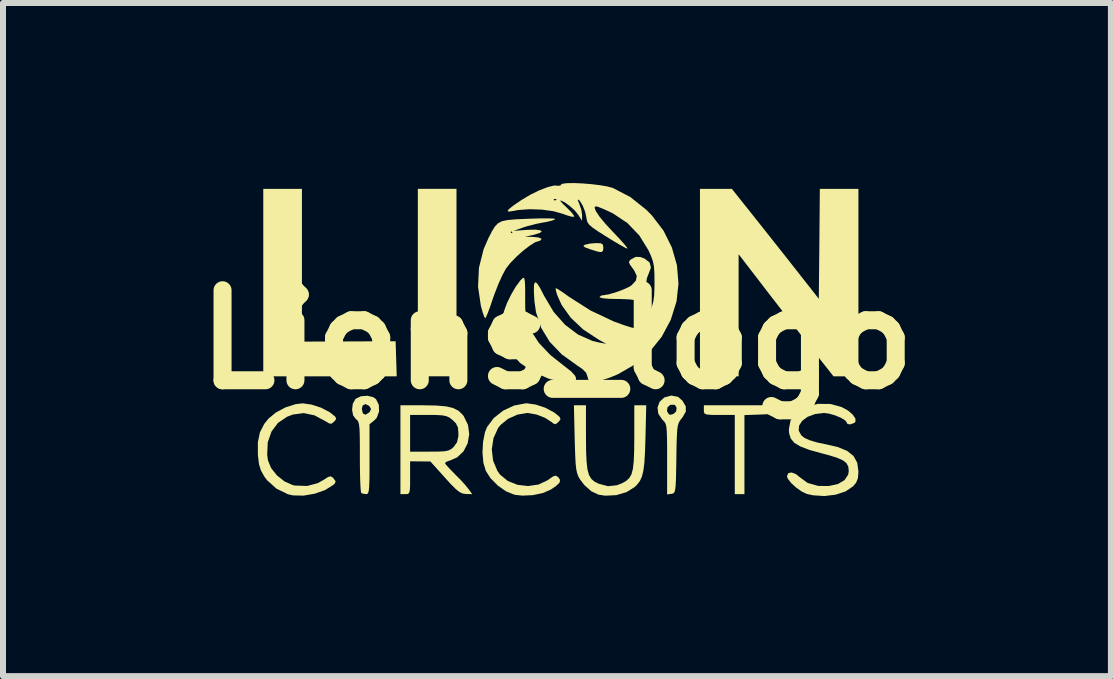
<source format=kicad_pcb>
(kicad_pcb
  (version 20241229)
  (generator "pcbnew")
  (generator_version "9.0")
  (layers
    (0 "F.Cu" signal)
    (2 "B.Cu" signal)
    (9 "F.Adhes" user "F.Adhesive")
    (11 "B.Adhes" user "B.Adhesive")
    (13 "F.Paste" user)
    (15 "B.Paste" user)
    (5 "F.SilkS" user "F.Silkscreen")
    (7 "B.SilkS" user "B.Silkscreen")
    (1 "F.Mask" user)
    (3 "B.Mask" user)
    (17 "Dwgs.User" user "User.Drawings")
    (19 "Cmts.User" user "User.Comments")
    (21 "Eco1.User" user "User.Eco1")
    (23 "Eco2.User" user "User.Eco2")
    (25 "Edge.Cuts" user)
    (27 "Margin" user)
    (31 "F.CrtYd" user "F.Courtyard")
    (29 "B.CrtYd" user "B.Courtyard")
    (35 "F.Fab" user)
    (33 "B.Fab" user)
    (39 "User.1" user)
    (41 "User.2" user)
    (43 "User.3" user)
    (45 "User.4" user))
  (footprint "Lions_logo"
    (layer "F.Cu")
    (at 6.229 2.607)
    (property "Reference" "Lions_logo" (at 0 0 0) (layer "F.SilkS") (effects (font (size 1.5 1.5) (thickness 0.3))))
    (attr board_only exclude_from_pos_files exclude_from_bom)
    (fp_poly (pts (xy -1.674 -0.95) (xy -1.674 0.612) (xy -1.996 0.612) (xy -2.318 0.612) (xy -2.318 -0.95) (xy -2.318 -2.511) (xy -1.996 -2.511) (xy -1.674 -2.511)) (stroke (width 0) (type solid)) (fill yes) (layer "F.SilkS"))
    (fp_poly (pts (xy -4.249 -1.238) (xy -4.249 0.034) (xy -3.469 0.031) (xy -2.688 0.028) (xy -2.679 0.32) (xy -2.67 0.612) (xy -3.781 0.612) (xy -4.893 0.612) (xy -4.893 -0.95) (xy -4.893 -2.511) (xy -4.571 -2.511) (xy -4.249 -2.511)) (stroke (width 0) (type solid)) (fill yes) (layer "F.SilkS"))
    (fp_poly (pts (xy 0.731 -1.604) (xy 0.765 -1.582) (xy 0.773 -1.529) (xy 0.767 -1.48) (xy 0.742 -1.458) (xy 0.686 -1.463) (xy 0.586 -1.494) (xy 0.548 -1.506) (xy 0.466 -1.537) (xy 0.439 -1.559) (xy 0.458 -1.576) (xy 0.468 -1.58) (xy 0.543 -1.598) (xy 0.641 -1.607) (xy 0.652 -1.607)) (stroke (width 0) (type solid)) (fill yes) (layer "F.SilkS"))
    (fp_poly (pts (xy 3.664 1.167) (xy 3.654 1.203) (xy 3.629 1.225) (xy 3.574 1.238) (xy 3.476 1.245) (xy 3.388 1.249) (xy 3.123 1.258) (xy 3.123 1.917) (xy 3.123 2.575) (xy 3.042 2.575) (xy 2.962 2.575) (xy 2.962 1.915) (xy 2.962 1.256) (xy 2.704 1.256) (xy 2.576 1.255) (xy 2.5 1.249) (xy 2.462 1.235) (xy 2.448 1.209) (xy 2.447 1.175) (xy 2.447 1.095) (xy 3.061 1.095) (xy 3.674 1.095)) (stroke (width 0) (type solid)) (fill yes) (layer "F.SilkS"))
    (fp_poly (pts (xy 5.022 -0.95) (xy 5.022 0.612) (xy 4.814 0.612) (xy 4.606 0.612) (xy 4.434 0.394) (xy 4.155 0.039) (xy 3.839 -0.367) (xy 3.487 -0.822) (xy 3.406 -0.928) (xy 3.026 -1.422) (xy 3.026 -0.405) (xy 3.026 0.612) (xy 2.704 0.612) (xy 2.382 0.612) (xy 2.382 -0.95) (xy 2.382 -2.511) (xy 2.648 -2.511) (xy 2.913 -2.511) (xy 3.125 -2.245) (xy 3.267 -2.067) (xy 3.436 -1.854) (xy 3.619 -1.623) (xy 3.804 -1.389) (xy 3.977 -1.169) (xy 4.127 -0.978) (xy 4.169 -0.925) (xy 4.362 -0.679) (xy 4.371 -1.595) (xy 4.379 -2.511) (xy 4.701 -2.511) (xy 5.022 -2.511)) (stroke (width 0) (type solid)) (fill yes) (layer "F.SilkS"))
    (fp_poly (pts (xy 1.39 -1.375) (xy 1.463 -1.347) (xy 1.544 -1.283) (xy 1.565 -1.198) (xy 1.532 -1.11) (xy 1.499 -1.026) (xy 1.482 -0.911) (xy 1.481 -0.873) (xy 1.477 -0.769) (xy 1.467 -0.686) (xy 1.461 -0.663) (xy 1.419 -0.618) (xy 1.364 -0.619) (xy 1.336 -0.644) (xy 1.297 -0.658) (xy 1.209 -0.669) (xy 1.086 -0.675) (xy 1.012 -0.676) (xy 0.869 -0.679) (xy 0.765 -0.688) (xy 0.713 -0.702) (xy 0.708 -0.708) (xy 0.736 -0.733) (xy 0.781 -0.74) (xy 0.861 -0.753) (xy 0.972 -0.785) (xy 1.091 -0.828) (xy 1.192 -0.873) (xy 1.244 -0.905) (xy 1.315 -0.983) (xy 1.329 -1.061) (xy 1.286 -1.152) (xy 1.266 -1.179) (xy 1.214 -1.251) (xy 1.198 -1.292) (xy 1.215 -1.321) (xy 1.239 -1.34) (xy 1.313 -1.378)) (stroke (width 0) (type solid)) (fill yes) (layer "F.SilkS"))
    (fp_poly (pts (xy -0.542 -1.012) (xy -0.534 -0.956) (xy -0.53 -0.855) (xy -0.53 -0.699) (xy -0.53 -0.699) (xy -0.529 -0.537) (xy -0.524 -0.421) (xy -0.511 -0.335) (xy -0.487 -0.26) (xy -0.45 -0.179) (xy -0.438 -0.154) (xy -0.302 0.055) (xy -0.111 0.257) (xy 0.125 0.444) (xy 0.129 0.447) (xy 0.235 0.529) (xy 0.301 0.602) (xy 0.316 0.638) (xy 0.316 0.68) (xy 0.29 0.7) (xy 0.222 0.706) (xy 0.171 0.706) (xy 0.044 0.693) (xy -0.096 0.664) (xy -0.147 0.648) (xy -0.404 0.535) (xy -0.614 0.39) (xy -0.772 0.216) (xy -0.873 0.018) (xy -0.884 -0.018) (xy -0.917 -0.137) (xy -0.93 -0.226) (xy -0.923 -0.312) (xy -0.897 -0.421) (xy -0.881 -0.478) (xy -0.833 -0.608) (xy -0.764 -0.749) (xy -0.687 -0.881) (xy -0.612 -0.983) (xy -0.575 -1.02) (xy -0.555 -1.03)) (stroke (width 0) (type solid)) (fill yes) (layer "F.SilkS"))
    (fp_poly (pts (xy 0.483 1.627) (xy 0.485 1.859) (xy 0.493 2.035) (xy 0.508 2.165) (xy 0.534 2.258) (xy 0.574 2.323) (xy 0.628 2.369) (xy 0.693 2.401) (xy 0.85 2.443) (xy 0.998 2.427) (xy 1.083 2.394) (xy 1.152 2.355) (xy 1.204 2.308) (xy 1.241 2.244) (xy 1.265 2.152) (xy 1.279 2.023) (xy 1.286 1.849) (xy 1.288 1.627) (xy 1.288 1.095) (xy 1.387 1.095) (xy 1.487 1.095) (xy 1.474 1.65) (xy 1.466 1.879) (xy 1.456 2.054) (xy 1.439 2.185) (xy 1.415 2.283) (xy 1.381 2.357) (xy 1.334 2.418) (xy 1.295 2.456) (xy 1.158 2.542) (xy 0.987 2.592) (xy 0.805 2.601) (xy 0.692 2.584) (xy 0.571 2.527) (xy 0.455 2.423) (xy 0.382 2.327) (xy 0.355 2.279) (xy 0.336 2.227) (xy 0.321 2.16) (xy 0.311 2.067) (xy 0.304 1.938) (xy 0.298 1.76) (xy 0.295 1.652) (xy 0.282 1.095) (xy 0.382 1.095) (xy 0.483 1.095)) (stroke (width 0) (type solid)) (fill yes) (layer "F.SilkS"))
    (fp_poly (pts (xy -3.062 0.959) (xy -3.015 0.992) (xy -2.968 1.087) (xy -2.964 1.199) (xy -3.002 1.302) (xy -3.042 1.346) (xy -3.123 1.41) (xy -3.123 1.993) (xy -3.123 2.2) (xy -3.125 2.351) (xy -3.129 2.455) (xy -3.136 2.521) (xy -3.147 2.558) (xy -3.163 2.573) (xy -3.182 2.575) (xy -3.243 2.565) (xy -3.262 2.554) (xy -3.269 2.516) (xy -3.275 2.425) (xy -3.28 2.291) (xy -3.283 2.124) (xy -3.284 1.95) (xy -3.284 1.742) (xy -3.286 1.59) (xy -3.29 1.483) (xy -3.298 1.413) (xy -3.31 1.369) (xy -3.327 1.343) (xy -3.348 1.327) (xy -3.396 1.264) (xy -3.414 1.169) (xy -3.412 1.155) (xy -3.251 1.155) (xy -3.234 1.231) (xy -3.189 1.252) (xy -3.129 1.214) (xy -3.121 1.206) (xy -3.097 1.157) (xy -3.126 1.11) (xy -3.13 1.105) (xy -3.191 1.074) (xy -3.238 1.099) (xy -3.251 1.155) (xy -3.412 1.155) (xy -3.402 1.07) (xy -3.358 0.991) (xy -3.354 0.987) (xy -3.268 0.945) (xy -3.161 0.936)) (stroke (width 0) (type solid)) (fill yes) (layer "F.SilkS"))
    (fp_poly (pts (xy 2.016 0.954) (xy 2.09 1.018) (xy 2.146 1.114) (xy 2.146 1.202) (xy 2.089 1.299) (xy 2.077 1.313) (xy 2.049 1.349) (xy 2.028 1.387) (xy 2.013 1.437) (xy 2.003 1.509) (xy 1.997 1.613) (xy 1.992 1.76) (xy 1.989 1.961) (xy 1.989 1.984) (xy 1.985 2.189) (xy 1.982 2.338) (xy 1.976 2.442) (xy 1.968 2.507) (xy 1.956 2.544) (xy 1.938 2.562) (xy 1.914 2.569) (xy 1.907 2.57) (xy 1.835 2.58) (xy 1.835 1.994) (xy 1.835 1.786) (xy 1.833 1.634) (xy 1.829 1.525) (xy 1.822 1.452) (xy 1.81 1.404) (xy 1.791 1.371) (xy 1.766 1.344) (xy 1.754 1.333) (xy 1.688 1.236) (xy 1.682 1.19) (xy 1.832 1.19) (xy 1.856 1.234) (xy 1.881 1.253) (xy 1.913 1.248) (xy 1.945 1.236) (xy 1.986 1.195) (xy 1.993 1.135) (xy 1.965 1.09) (xy 1.956 1.086) (xy 1.888 1.087) (xy 1.841 1.129) (xy 1.832 1.19) (xy 1.682 1.19) (xy 1.675 1.131) (xy 1.71 1.036) (xy 1.787 0.965) (xy 1.9 0.934) (xy 1.913 0.934)) (stroke (width 0) (type solid)) (fill yes) (layer "F.SilkS"))
    (fp_poly (pts (xy -4.09 1.083) (xy -3.928 1.136) (xy -3.785 1.211) (xy -3.752 1.236) (xy -3.692 1.287) (xy -3.678 1.322) (xy -3.704 1.358) (xy -3.712 1.366) (xy -3.754 1.401) (xy -3.794 1.398) (xy -3.855 1.361) (xy -4.041 1.262) (xy -4.22 1.225) (xy -4.4 1.249) (xy -4.495 1.285) (xy -4.648 1.388) (xy -4.756 1.532) (xy -4.818 1.711) (xy -4.828 1.915) (xy -4.815 2.013) (xy -4.762 2.141) (xy -4.664 2.264) (xy -4.538 2.364) (xy -4.402 2.424) (xy -4.366 2.432) (xy -4.162 2.439) (xy -3.986 2.392) (xy -3.885 2.336) (xy -3.812 2.289) (xy -3.769 2.278) (xy -3.736 2.299) (xy -3.721 2.315) (xy -3.687 2.363) (xy -3.703 2.4) (xy -3.726 2.421) (xy -3.863 2.507) (xy -4.037 2.568) (xy -4.224 2.6) (xy -4.4 2.596) (xy -4.482 2.577) (xy -4.673 2.484) (xy -4.831 2.342) (xy -4.878 2.278) (xy -4.932 2.181) (xy -4.964 2.077) (xy -4.981 1.939) (xy -4.983 1.913) (xy -4.983 1.709) (xy -4.949 1.546) (xy -4.877 1.405) (xy -4.806 1.317) (xy -4.683 1.215) (xy -4.523 1.13) (xy -4.354 1.076) (xy -4.238 1.062)) (stroke (width 0) (type solid)) (fill yes) (layer "F.SilkS"))
    (fp_poly (pts (xy -0.354 1.083) (xy -0.194 1.136) (xy -0.052 1.212) (xy -0.016 1.238) (xy 0.044 1.29) (xy 0.059 1.325) (xy 0.035 1.361) (xy 0.025 1.372) (xy -0.021 1.41) (xy -0.06 1.399) (xy -0.089 1.375) (xy -0.199 1.304) (xy -0.34 1.249) (xy -0.478 1.224) (xy -0.495 1.223) (xy -0.658 1.25) (xy -0.814 1.32) (xy -0.941 1.423) (xy -0.98 1.472) (xy -1.058 1.643) (xy -1.086 1.83) (xy -1.064 2.018) (xy -0.993 2.187) (xy -0.948 2.25) (xy -0.819 2.356) (xy -0.658 2.42) (xy -0.482 2.44) (xy -0.307 2.415) (xy -0.153 2.342) (xy -0.138 2.331) (xy -0.066 2.28) (xy -0.021 2.267) (xy 0.014 2.287) (xy 0.023 2.295) (xy 0.053 2.34) (xy 0.041 2.386) (xy -0.019 2.442) (xy -0.105 2.5) (xy -0.236 2.557) (xy -0.403 2.592) (xy -0.577 2.6) (xy -0.706 2.586) (xy -0.844 2.531) (xy -0.984 2.434) (xy -1.107 2.31) (xy -1.185 2.189) (xy -1.226 2.054) (xy -1.241 1.885) (xy -1.232 1.707) (xy -1.2 1.545) (xy -1.166 1.459) (xy -1.054 1.308) (xy -0.897 1.184) (xy -0.715 1.099) (xy -0.525 1.063) (xy -0.501 1.062)) (stroke (width 0) (type solid)) (fill yes) (layer "F.SilkS"))
    (fp_poly (pts (xy -0.051 -2.015) (xy -0.029 -2.005) (xy -0.032 -2.002) (xy -0.092 -1.979) (xy -0.187 -1.957) (xy -0.233 -1.95) (xy -0.358 -1.925) (xy -0.498 -1.888) (xy -0.555 -1.87) (xy -0.724 -1.811) (xy -0.491 -1.828) (xy -0.361 -1.831) (xy -0.281 -1.821) (xy -0.254 -1.803) (xy -0.284 -1.777) (xy -0.375 -1.748) (xy -0.394 -1.744) (xy -0.531 -1.713) (xy -0.394 -1.71) (xy -0.311 -1.701) (xy -0.262 -1.683) (xy -0.258 -1.674) (xy -0.283 -1.645) (xy -0.302 -1.642) (xy -0.367 -1.62) (xy -0.46 -1.56) (xy -0.569 -1.476) (xy -0.679 -1.377) (xy -0.777 -1.276) (xy -0.849 -1.183) (xy -0.851 -1.181) (xy -0.909 -1.074) (xy -0.974 -0.93) (xy -1.037 -0.769) (xy -1.068 -0.683) (xy -1.113 -0.549) (xy -1.153 -0.442) (xy -1.183 -0.373) (xy -1.195 -0.355) (xy -1.213 -0.383) (xy -1.239 -0.458) (xy -1.268 -0.562) (xy -1.315 -0.879) (xy -1.3 -1.196) (xy -1.223 -1.503) (xy -1.142 -1.69) (xy -1.092 -1.787) (xy -0.773 -1.787) (xy -0.757 -1.771) (xy -0.74 -1.787) (xy -0.757 -1.803) (xy -0.773 -1.787) (xy -1.092 -1.787) (xy -1.085 -1.801) (xy -1.036 -1.881) (xy -0.984 -1.936) (xy -0.918 -1.971) (xy -0.825 -1.991) (xy -0.693 -2.003) (xy -0.512 -2.011) (xy -0.463 -2.013) (xy -0.271 -2.019) (xy -0.133 -2.019)) (stroke (width 0) (type solid)) (fill yes) (layer "F.SilkS"))
    (fp_poly (pts (xy -2.007 1.099) (xy -1.847 1.113) (xy -1.729 1.141) (xy -1.642 1.185) (xy -1.574 1.249) (xy -1.553 1.277) (xy -1.482 1.423) (xy -1.462 1.577) (xy -1.488 1.728) (xy -1.556 1.861) (xy -1.662 1.962) (xy -1.779 2.013) (xy -1.843 2.036) (xy -1.867 2.057) (xy -1.846 2.089) (xy -1.789 2.151) (xy -1.71 2.232) (xy -1.704 2.239) (xy -1.61 2.333) (xy -1.527 2.424) (xy -1.476 2.487) (xy -1.412 2.575) (xy -1.519 2.573) (xy -1.572 2.565) (xy -1.625 2.54) (xy -1.688 2.489) (xy -1.773 2.404) (xy -1.867 2.3) (xy -2.109 2.031) (xy -2.278 2.03) (xy -2.447 2.028) (xy -2.447 2.302) (xy -2.447 2.434) (xy -2.452 2.515) (xy -2.465 2.557) (xy -2.488 2.573) (xy -2.527 2.575) (xy -2.608 2.575) (xy -2.608 1.835) (xy -2.608 1.561) (xy -2.447 1.561) (xy -2.447 1.867) (xy -2.123 1.867) (xy -1.974 1.866) (xy -1.874 1.861) (xy -1.809 1.848) (xy -1.763 1.825) (xy -1.722 1.79) (xy -1.721 1.788) (xy -1.665 1.711) (xy -1.643 1.612) (xy -1.642 1.566) (xy -1.65 1.464) (xy -1.684 1.395) (xy -1.741 1.339) (xy -1.793 1.299) (xy -1.846 1.275) (xy -1.917 1.262) (xy -2.022 1.256) (xy -2.143 1.256) (xy -2.447 1.256) (xy -2.447 1.561) (xy -2.608 1.561) (xy -2.608 1.095) (xy -2.22 1.095)) (stroke (width 0) (type solid)) (fill yes) (layer "F.SilkS"))
    (fp_poly (pts (xy 4.555 1.073) (xy 4.744 1.125) (xy 4.849 1.183) (xy 4.928 1.251) (xy 4.972 1.317) (xy 4.972 1.37) (xy 4.955 1.387) (xy 4.888 1.413) (xy 4.84 1.407) (xy 4.829 1.385) (xy 4.801 1.346) (xy 4.728 1.302) (xy 4.631 1.262) (xy 4.528 1.233) (xy 4.448 1.223) (xy 4.299 1.241) (xy 4.175 1.287) (xy 4.085 1.354) (xy 4.033 1.434) (xy 4.027 1.518) (xy 4.072 1.598) (xy 4.126 1.64) (xy 4.21 1.677) (xy 4.332 1.714) (xy 4.456 1.74) (xy 4.673 1.789) (xy 4.833 1.854) (xy 4.941 1.94) (xy 5.002 2.052) (xy 5.022 2.194) (xy 5.022 2.199) (xy 5.014 2.308) (xy 4.983 2.385) (xy 4.931 2.446) (xy 4.807 2.53) (xy 4.643 2.584) (xy 4.455 2.607) (xy 4.262 2.594) (xy 4.163 2.572) (xy 4.078 2.532) (xy 3.986 2.467) (xy 3.902 2.391) (xy 3.846 2.319) (xy 3.831 2.278) (xy 3.853 2.226) (xy 3.908 2.214) (xy 3.981 2.241) (xy 4.037 2.287) (xy 4.175 2.388) (xy 4.352 2.438) (xy 4.527 2.44) (xy 4.68 2.407) (xy 4.79 2.342) (xy 4.851 2.251) (xy 4.861 2.19) (xy 4.853 2.116) (xy 4.822 2.058) (xy 4.76 2.01) (xy 4.658 1.966) (xy 4.505 1.92) (xy 4.409 1.895) (xy 4.204 1.838) (xy 4.056 1.781) (xy 3.955 1.721) (xy 3.895 1.649) (xy 3.867 1.562) (xy 3.863 1.495) (xy 3.891 1.348) (xy 3.974 1.229) (xy 4.116 1.136) (xy 4.144 1.124) (xy 4.344 1.071)) (stroke (width 0) (type solid)) (fill yes) (layer "F.SilkS"))
    (fp_poly (pts (xy 0.427 -2.601) (xy 0.574 -2.589) (xy 0.715 -2.572) (xy 0.837 -2.551) (xy 0.927 -2.527) (xy 0.934 -2.524) (xy 1.223 -2.374) (xy 1.487 -2.163) (xy 1.582 -2.067) (xy 1.775 -1.814) (xy 1.914 -1.534) (xy 1.999 -1.236) (xy 2.024 -0.929) (xy 1.992 -0.637) (xy 1.895 -0.327) (xy 1.743 -0.044) (xy 1.541 0.206) (xy 1.296 0.416) (xy 1.013 0.579) (xy 0.882 0.633) (xy 0.726 0.684) (xy 0.62 0.706) (xy 0.553 0.698) (xy 0.519 0.661) (xy 0.509 0.62) (xy 0.485 0.553) (xy 0.422 0.489) (xy 0.341 0.435) (xy 0.08 0.247) (xy -0.121 0.038) (xy -0.263 -0.195) (xy -0.349 -0.454) (xy -0.376 -0.639) (xy -0.385 -0.807) (xy -0.383 -0.912) (xy -0.366 -0.956) (xy -0.334 -0.939) (xy -0.283 -0.862) (xy -0.213 -0.726) (xy -0.21 -0.721) (xy -0.054 -0.459) (xy 0.135 -0.246) (xy 0.35 -0.084) (xy 0.587 0.021) (xy 0.71 0.051) (xy 0.821 0.071) (xy 0.692 -0.000222) (xy 0.437 -0.168) (xy 0.231 -0.362) (xy 0.078 -0.575) (xy 0.005 -0.738) (xy -0.017 -0.812) (xy -0.023 -0.855) (xy -0.022 -0.857) (xy 0.006 -0.845) (xy 0.074 -0.802) (xy 0.167 -0.737) (xy 0.198 -0.714) (xy 0.561 -0.483) (xy 0.945 -0.302) (xy 1.111 -0.242) (xy 1.239 -0.201) (xy 1.326 -0.184) (xy 1.387 -0.196) (xy 1.436 -0.247) (xy 1.488 -0.342) (xy 1.54 -0.451) (xy 1.58 -0.545) (xy 1.605 -0.633) (xy 1.619 -0.735) (xy 1.624 -0.873) (xy 1.625 -0.95) (xy 1.623 -1.104) (xy 1.616 -1.215) (xy 1.598 -1.305) (xy 1.566 -1.395) (xy 1.523 -1.489) (xy 1.372 -1.734) (xy 1.173 -1.941) (xy 0.935 -2.1) (xy 0.895 -2.12) (xy 0.786 -2.17) (xy 0.699 -2.206) (xy 0.65 -2.221) (xy 0.648 -2.221) (xy 0.625 -2.2) (xy 0.647 -2.141) (xy 0.708 -2.049) (xy 0.806 -1.93) (xy 0.937 -1.789) (xy 0.947 -1.779) (xy 1.045 -1.675) (xy 1.121 -1.59) (xy 1.167 -1.533) (xy 1.174 -1.513) (xy 1.136 -1.53) (xy 1.056 -1.574) (xy 0.945 -1.639) (xy 0.822 -1.715) (xy 0.683 -1.803) (xy 0.591 -1.867) (xy 0.535 -1.916) (xy 0.506 -1.959) (xy 0.494 -2.004) (xy 0.492 -2.021) (xy 0.471 -2.123) (xy 0.431 -2.227) (xy 0.383 -2.307) (xy 0.356 -2.333) (xy 0.347 -2.322) (xy 0.367 -2.271) (xy 0.371 -2.263) (xy 0.406 -2.163) (xy 0.418 -2.076) (xy 0.417 -1.98) (xy 0.351 -2.083) (xy 0.293 -2.154) (xy 0.212 -2.226) (xy 0.129 -2.286) (xy 0.064 -2.317) (xy 0.054 -2.318) (xy 0.065 -2.298) (xy 0.112 -2.247) (xy 0.17 -2.192) (xy 0.24 -2.121) (xy 0.281 -2.067) (xy 0.286 -2.046) (xy 0.248 -2.046) (xy 0.17 -2.068) (xy 0.093 -2.096) (xy -0.062 -2.139) (xy -0.253 -2.165) (xy -0.456 -2.172) (xy -0.646 -2.158) (xy -0.721 -2.144) (xy -0.797 -2.132) (xy -0.824 -2.14) (xy -0.801 -2.173) (xy -0.726 -2.233) (xy -0.596 -2.322) (xy -0.587 -2.328) (xy -0.567 -2.339) (xy -0.054 -2.339) (xy -0.049 -2.32) (xy -0.032 -2.318) (xy -0.006 -2.33) (xy -0.011 -2.339) (xy -0.049 -2.343) (xy -0.054 -2.339) (xy -0.567 -2.339) (xy -0.442 -2.414) (xy -0.295 -2.486) (xy -0.159 -2.538) (xy -0.05 -2.566) (xy 0.017 -2.563) (xy 0.058 -2.565) (xy 0.064 -2.58) (xy 0.094 -2.597) (xy 0.173 -2.606) (xy 0.289 -2.607)) (stroke (width 0) (type solid)) (fill yes) (layer "F.SilkS")))
  (gr_rect
    (start -3 -3)
    (end 15.457 8.214)
    (stroke (width 0.1) (type default))
    (fill no)
    (layer "Edge.Cuts")))
</source>
